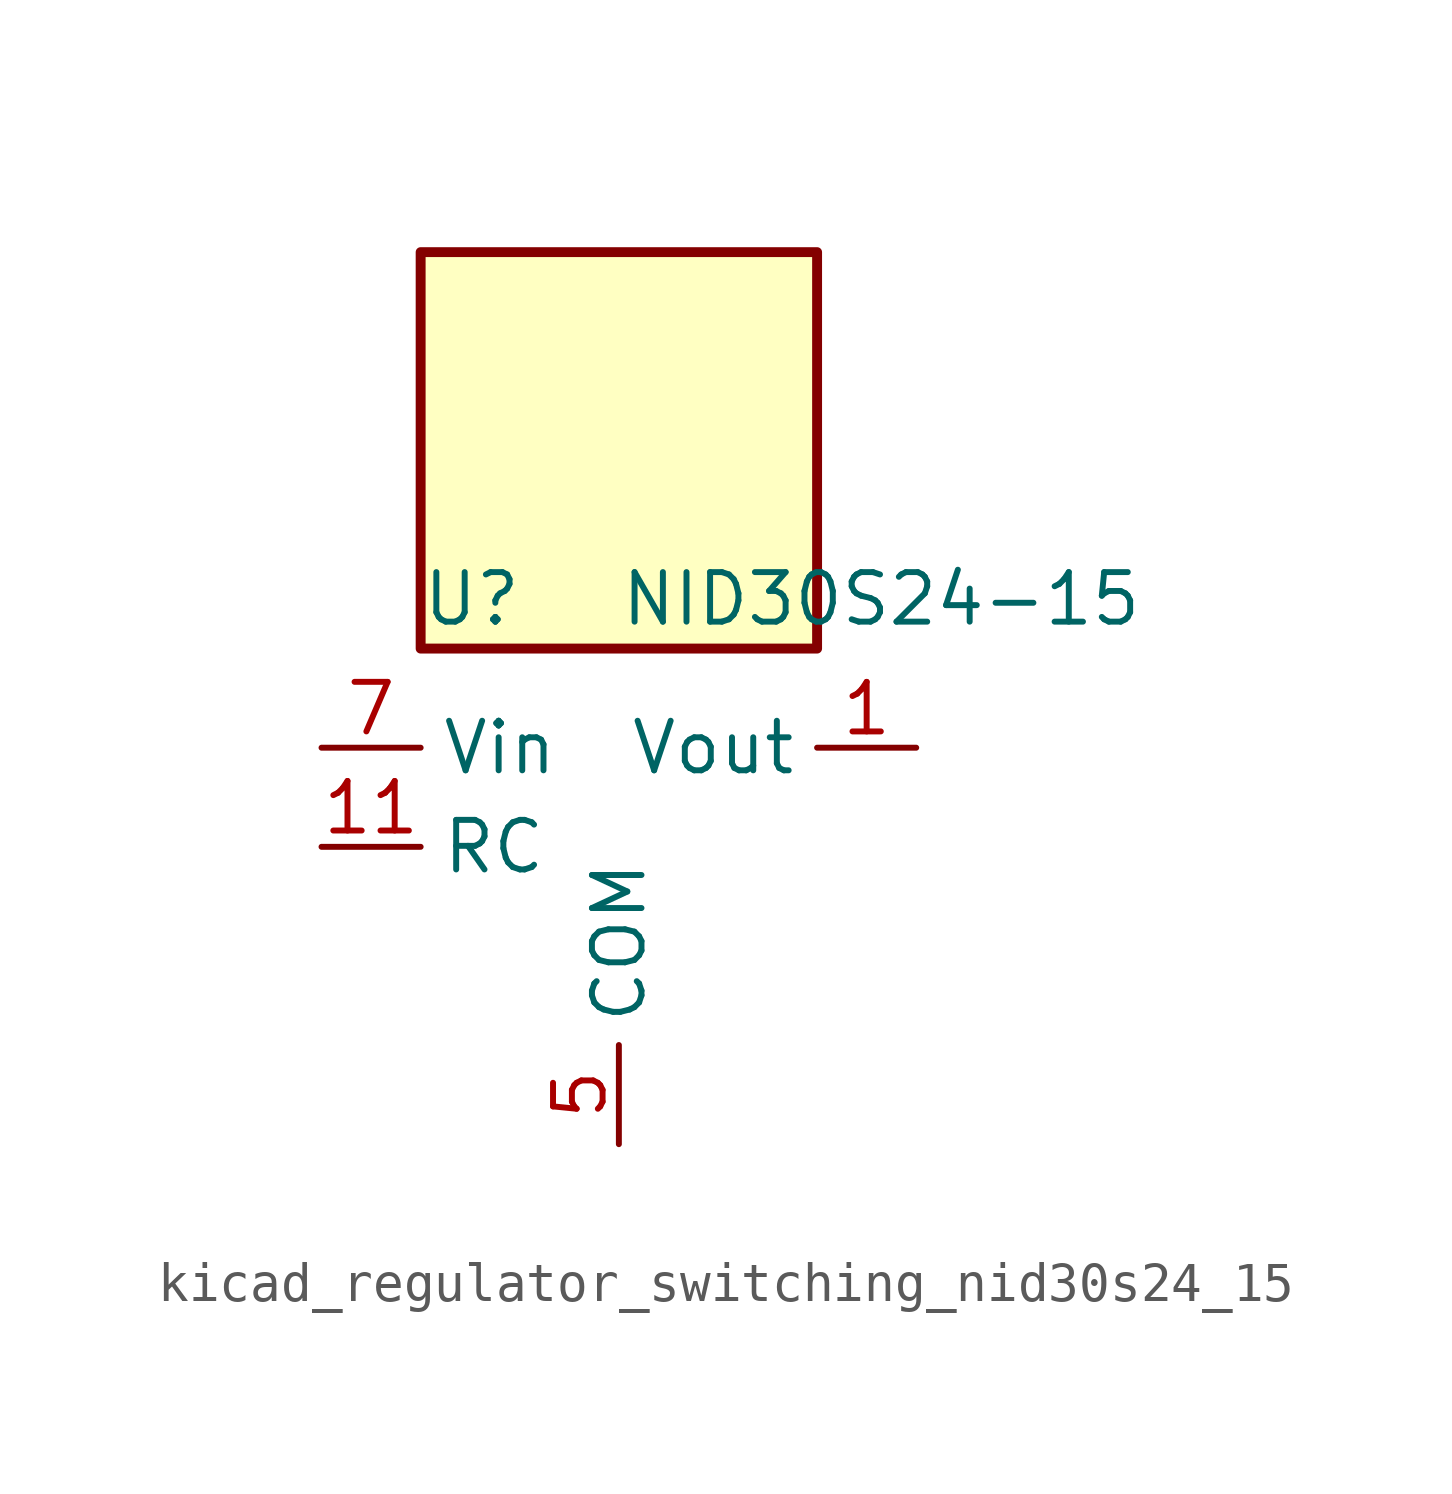
<source format=kicad_sym>
(kicad_symbol_lib
  (version 20220914)
  (generator kicad_symbol_editor)
  (symbol "kicad_regulator_switching_nid30s24_15"
    (property "Reference" "U"
      (at -5.08 6.35 0)
      (effects (font (size 1.27 1.27)) (justify left)))
    (property "Value" "NID30S24-15"
      (at 0 6.35 0)
      (effects (font (size 1.27 1.27)) (justify left)))
    (symbol "kicad_regulator_switching_nid30s24_15_0_1"
      (rectangle (start 5.08 15.24) (end -5.08 5.08) (stroke (width 0.254) (type default)) (fill (type background))))
    (symbol "kicad_regulator_switching_nid30s24_15_1_1"
      (pin power_out line (at 7.62 2.54 180) (length 2.54) (name "Vout" (effects (font (size 1.27 1.27)))) (number "1" (effects (font (size 1.27 1.27)))))
      (pin no_connect line (at 5.08 -2.54 180) (length 2.54) hide (name "NC" (effects (font (size 1.27 1.27)))) (number "10" (effects (font (size 1.27 1.27)))))
      (pin input line (at -7.62 0 0) (length 2.54) (name "RC" (effects (font (size 1.27 1.27)))) (number "11" (effects (font (size 1.27 1.27)))))
      (pin passive line (at 7.62 2.54 180) (length 2.54) hide (name "Vout" (effects (font (size 1.27 1.27)))) (number "2" (effects (font (size 1.27 1.27)))))
      (pin passive line (at 7.62 2.54 180) (length 2.54) hide (name "Vout" (effects (font (size 1.27 1.27)))) (number "3" (effects (font (size 1.27 1.27)))))
      (pin passive line (at 7.62 2.54 180) (length 2.54) hide (name "Vout" (effects (font (size 1.27 1.27)))) (number "4" (effects (font (size 1.27 1.27)))))
      (pin power_in line (at 0 -7.62 90) (length 2.54) (name "COM" (effects (font (size 1.27 1.27)))) (number "5" (effects (font (size 1.27 1.27)))))
      (pin passive line (at 0 -7.62 90) (length 2.54) hide (name "COM" (effects (font (size 1.27 1.27)))) (number "6" (effects (font (size 1.27 1.27)))))
      (pin power_in line (at -7.62 2.54 0) (length 2.54) (name "Vin" (effects (font (size 1.27 1.27)))) (number "7" (effects (font (size 1.27 1.27)))))
      (pin passive line (at -7.62 2.54 0) (length 2.54) hide (name "Vin" (effects (font (size 1.27 1.27)))) (number "8" (effects (font (size 1.27 1.27)))))
      (pin no_connect line (at 5.08 0 180) (length 2.54) hide (name "NC" (effects (font (size 1.27 1.27)))) (number "9" (effects (font (size 1.27 1.27))))))))
</source>
